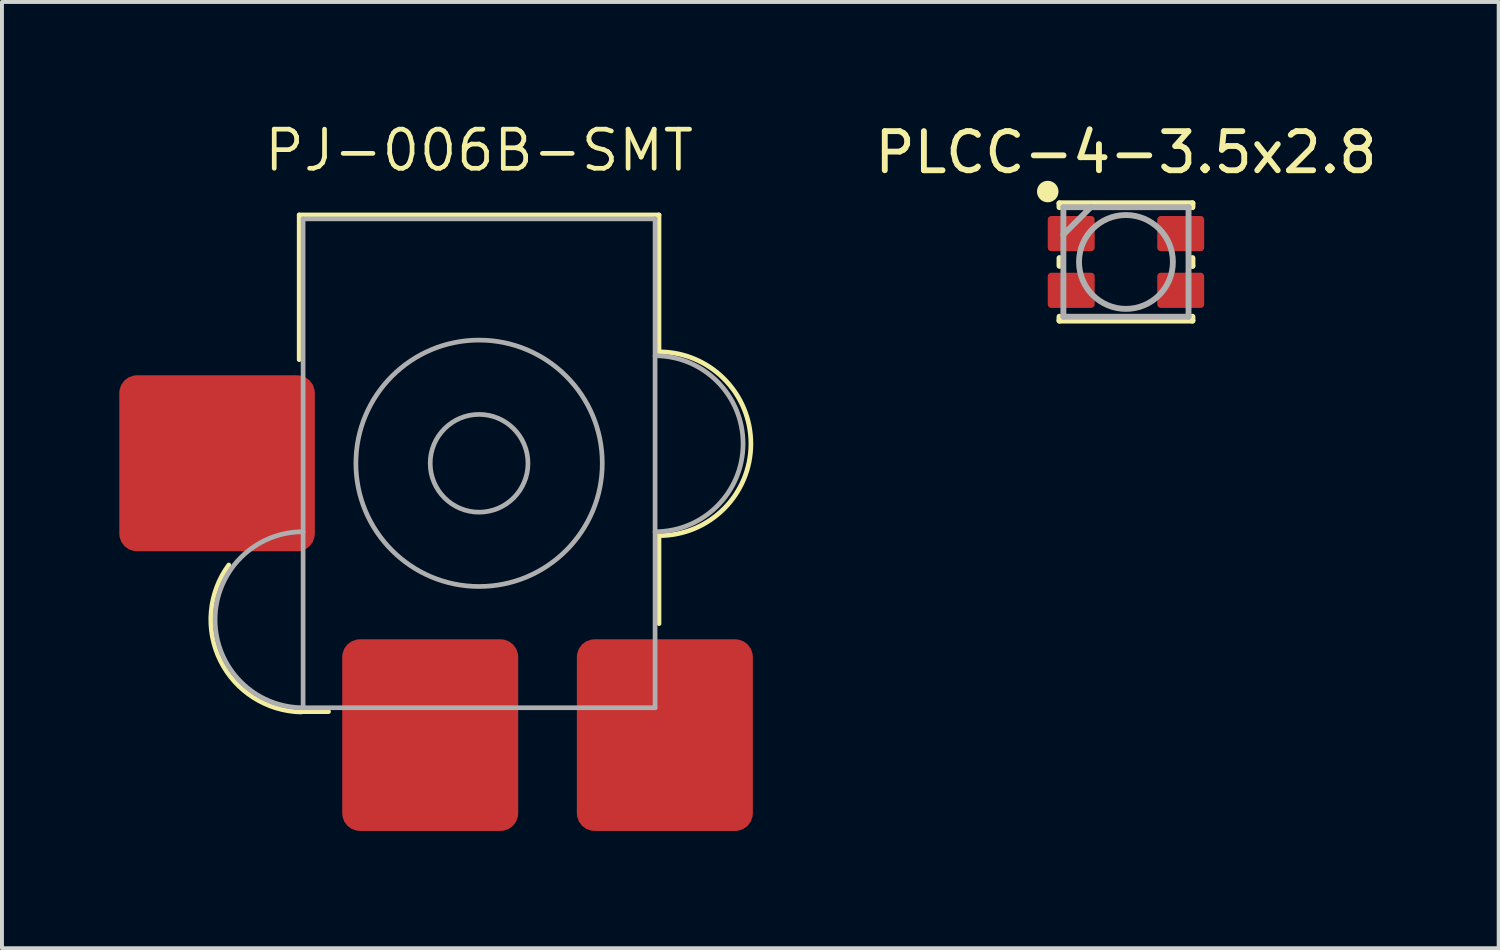
<source format=kicad_pcb>
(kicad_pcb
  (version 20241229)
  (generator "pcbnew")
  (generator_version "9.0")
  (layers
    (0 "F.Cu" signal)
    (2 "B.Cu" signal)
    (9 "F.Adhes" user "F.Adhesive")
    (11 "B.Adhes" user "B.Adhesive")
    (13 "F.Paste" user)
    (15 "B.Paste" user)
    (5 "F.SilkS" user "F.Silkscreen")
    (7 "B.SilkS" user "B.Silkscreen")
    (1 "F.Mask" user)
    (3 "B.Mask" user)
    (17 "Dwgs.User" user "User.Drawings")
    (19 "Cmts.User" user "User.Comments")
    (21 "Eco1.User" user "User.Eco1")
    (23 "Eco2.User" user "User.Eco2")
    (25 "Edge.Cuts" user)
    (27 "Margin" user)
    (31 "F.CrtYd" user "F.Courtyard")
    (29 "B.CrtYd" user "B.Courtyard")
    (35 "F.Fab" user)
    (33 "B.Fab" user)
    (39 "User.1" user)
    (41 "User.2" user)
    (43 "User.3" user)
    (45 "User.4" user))
  (footprint "PLCC-4-3.5x2.8"
    (layer "F.Cu")
    (at 25.74 3.648)
    (property "Reference" "PLCC-4-3.5x2.8" (at 0 -2.8 0) (layer "F.SilkS") (effects (font (size 1 1) (thickness 0.15))))
    (attr smd)
    (fp_line (start -2 -1.8) (end -2 -1.9) (stroke (width 0.15) (type solid)) (layer "F.SilkS"))
    (fp_line (start -1.7 -1.5) (end 1.7 -1.5) (stroke (width 0.15) (type solid)) (layer "F.SilkS"))
    (fp_line (start -1.7 -1.4) (end -1.7 -1.5) (stroke (width 0.15) (type solid)) (layer "F.SilkS"))
    (fp_line (start -1.7 -0.1) (end -1.7 0.1) (stroke (width 0.15) (type solid)) (layer "F.SilkS"))
    (fp_line (start -1.7 1.4) (end -1.7 1.5) (stroke (width 0.15) (type solid)) (layer "F.SilkS"))
    (fp_line (start -1.7 1.5) (end 1.7 1.5) (stroke (width 0.15) (type solid)) (layer "F.SilkS"))
    (fp_line (start 1.7 -1.5) (end 1.7 -1.4) (stroke (width 0.15) (type solid)) (layer "F.SilkS"))
    (fp_line (start 1.7 -0.1) (end 1.7 0.1) (stroke (width 0.15) (type solid)) (layer "F.SilkS"))
    (fp_line (start 1.7 0.1) (end 1.7 0.1) (stroke (width 0.15) (type solid)) (layer "F.SilkS"))
    (fp_line (start 1.7 1.5) (end 1.7 1.4) (stroke (width 0.15) (type solid)) (layer "F.SilkS"))
    (fp_circle (center -2 -1.8) (end -2 -2) (stroke (width 0.15) (type solid)) (fill no) (layer "F.SilkS"))
    (fp_circle (center -2 -1.8) (end -2 -1.9) (stroke (width 0.15) (type solid)) (fill no) (layer "F.SilkS"))
    (fp_line (start -1.6 -1.4) (end 1.6 -1.4) (stroke (width 0.15) (type solid)) (layer "F.Fab"))
    (fp_line (start -1.6 -0.7) (end -0.9 -1.4) (stroke (width 0.15) (type solid)) (layer "F.Fab"))
    (fp_line (start -1.6 1.4) (end -1.6 -1.4) (stroke (width 0.15) (type solid)) (layer "F.Fab"))
    (fp_line (start 1.6 -1.4) (end 1.6 1.4) (stroke (width 0.15) (type solid)) (layer "F.Fab"))
    (fp_line (start 1.6 1.4) (end -1.6 1.4) (stroke (width 0.15) (type solid)) (layer "F.Fab"))
    (fp_circle (center 0 0) (end 1.2 0) (stroke (width 0.15) (type solid)) (fill no) (layer "F.Fab"))
    (pad "1" smd roundrect (at -1.4 -0.725) (size 1.2 0.9) (layers "F.Cu" "F.Mask" "F.Paste") (roundrect_rratio 0.1))
    (pad "2" smd roundrect (at 1.4 -0.725) (size 1.2 0.9) (layers "F.Cu" "F.Mask" "F.Paste") (roundrect_rratio 0.1))
    (pad "3" smd roundrect (at -1.4 0.725) (size 1.2 0.9) (layers "F.Cu" "F.Mask" "F.Paste") (roundrect_rratio 0.1))
    (pad "4" smd roundrect (at 1.4 0.725) (size 1.2 0.9) (layers "F.Cu" "F.Mask" "F.Paste") (roundrect_rratio 0.1)))
  (footprint "PJ-006B-SMT"
    (layer "F.Cu")
    (at 9.2 8.796)
    (property "Reference" "PJ-006B-SMT" (at 0 -8 0) (layer "F.SilkS") (effects (font (size 1 1) (thickness 0.12))))
    (attr smd)
    (fp_line (start -4.6 -6.35) (end -4.6 -2.65) (stroke (width 0.12) (type solid)) (layer "F.SilkS"))
    (fp_line (start -3.85 6.35) (end -4.55 6.35) (stroke (width 0.12) (type solid)) (layer "F.SilkS"))
    (fp_line (start 4.6 -6.35) (end -4.6 -6.35) (stroke (width 0.12) (type solid)) (layer "F.SilkS"))
    (fp_line (start 4.6 -2.85) (end 4.6 -6.35) (stroke (width 0.12) (type solid)) (layer "F.SilkS"))
    (fp_line (start 4.6 1.85) (end 4.6 4.1) (stroke (width 0.12) (type solid)) (layer "F.SilkS"))
    (fp_arc (start -4.550203 6.359549) (mid -6.617633 5.041931) (end -6.399999 2.600001) (stroke (width 0.12) (type solid)) (layer "F.SilkS"))
    (fp_arc (start 4.6 -2.85) (mid 6.95 -0.5) (end 4.6 1.85) (stroke (width 0.12) (type solid)) (layer "F.SilkS"))
    (fp_line (start -4.5 -6.25) (end 4.5 -6.25) (stroke (width 0.12) (type solid)) (layer "F.Fab"))
    (fp_line (start -4.5 6.25) (end -4.5 -6.25) (stroke (width 0.12) (type solid)) (layer "F.Fab"))
    (fp_line (start 4.5 -6.25) (end 4.5 6.25) (stroke (width 0.12) (type solid)) (layer "F.Fab"))
    (fp_line (start 4.5 6.25) (end -4.5 6.25) (stroke (width 0.12) (type solid)) (layer "F.Fab"))
    (fp_arc (start -4.5 6.25) (mid -6.75 4) (end -4.5 1.75) (stroke (width 0.12) (type solid)) (layer "F.Fab"))
    (fp_arc (start 4.5 -2.75) (mid 6.75 -0.5) (end 4.5 1.75) (stroke (width 0.12) (type solid)) (layer "F.Fab"))
    (fp_circle (center 0 0) (end 1.25 0) (stroke (width 0.12) (type solid)) (fill no) (layer "F.Fab"))
    (fp_circle (center 0 0) (end 3.15 0) (stroke (width 0.12) (type solid)) (fill no) (layer "F.Fab"))
    (pad "1" smd roundrect (at -6.7 0) (size 5 4.5) (layers "F.Cu" "F.Mask" "F.Paste") (roundrect_rratio 0.1))
    (pad "2" smd roundrect (at -1.25 6.95) (size 4.5 4.9) (layers "F.Cu" "F.Mask" "F.Paste") (roundrect_rratio 0.1))
    (pad "3" smd roundrect (at 4.75 6.95) (size 4.5 4.9) (layers "F.Cu" "F.Mask" "F.Paste") (roundrect_rratio 0.1)))
  (gr_rect
    (start -3 -3)
    (end 35.27 21.196)
    (stroke (width 0.1) (type default))
    (fill no)
    (layer "Edge.Cuts")))
</source>
